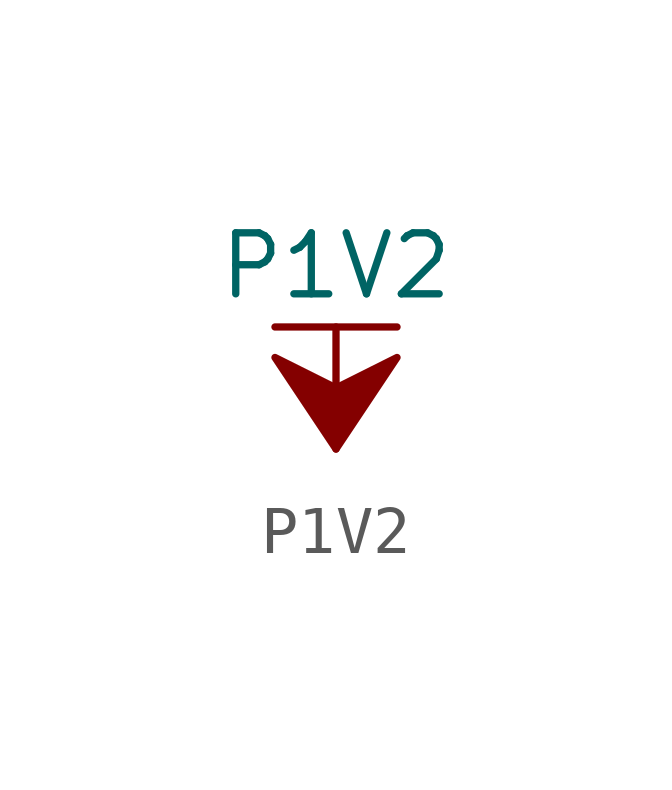
<source format=kicad_sym>
(kicad_symbol_lib
  (version 20211014)
  (generator kicad_symbol_editor)
  (symbol "P1V2"
    (power)
    (pin_names
      (offset 0))
    (property "Reference" "#PWR"
      (at 0 -3.81 0)
      (effects (font (size 1.27 1.27)) hide))
    (property "Value" "P1V2"
      (at 0 3.81 0)
      (effects (font (size 1.27 1.27))))
    (symbol "P1V2_0_1"
      (polyline (pts (xy -1.27 2.54) (xy 1.27 2.54)) (stroke (width 0.152) (type default) (color 0 0 0 0)) (fill (type none)))
      (polyline (pts (xy 0 0) (xy 0 2.54)) (stroke (width 0.152) (type default) (color 0 0 0 0)) (fill (type none)))
      (polyline (pts (xy 0 0) (xy 1.27 1.905) (xy 0 1.27) (xy -1.27 1.905) (xy 0 0)) (stroke (width 0.152) (type default) (color 0 0 0 0)) (fill (type outline))))
    (symbol "P1V2_1_1"
      (pin power_in line (at 0 0 90) (length 0) hide (name "P1V2" (effects (font (size 1.27 1.27)))) (number "1" (effects (font (size 1.27 1.27))))))))
</source>
